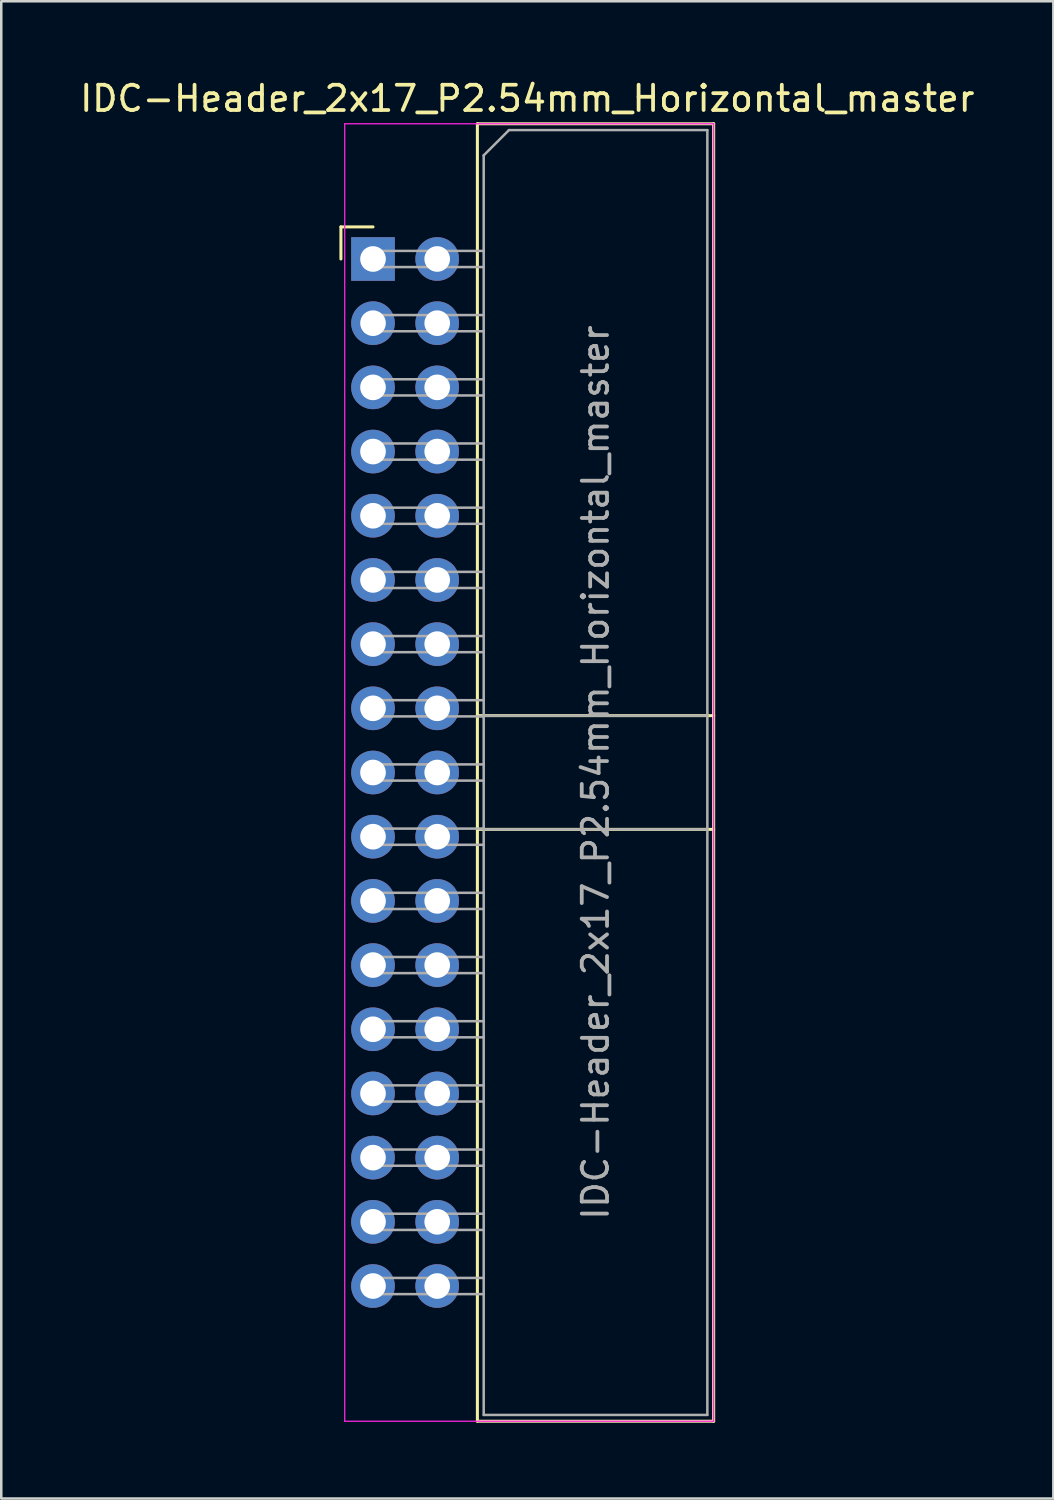
<source format=kicad_pcb>
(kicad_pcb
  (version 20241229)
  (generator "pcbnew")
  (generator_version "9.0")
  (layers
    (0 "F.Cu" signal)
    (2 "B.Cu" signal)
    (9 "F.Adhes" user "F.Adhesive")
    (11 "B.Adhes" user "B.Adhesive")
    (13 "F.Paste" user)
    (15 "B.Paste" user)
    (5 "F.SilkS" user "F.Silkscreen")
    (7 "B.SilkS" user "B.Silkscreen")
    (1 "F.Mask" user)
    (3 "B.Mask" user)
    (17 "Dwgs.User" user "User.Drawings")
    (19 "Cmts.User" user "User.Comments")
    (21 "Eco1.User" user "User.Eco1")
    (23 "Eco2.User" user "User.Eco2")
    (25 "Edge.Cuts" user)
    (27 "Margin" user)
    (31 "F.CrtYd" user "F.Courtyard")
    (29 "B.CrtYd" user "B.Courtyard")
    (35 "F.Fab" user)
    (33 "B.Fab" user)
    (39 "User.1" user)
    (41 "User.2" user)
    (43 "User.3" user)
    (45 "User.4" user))
  (footprint "IDC-Header_2x17_P2.54mm_Horizontal_master"
    (layer "F.Cu")
    (at 11.71 7.198)
    (property "Reference" "IDC-Header_2x17_P2.54mm_Horizontal_master" (at 6.105 -6.35 0) (layer "F.SilkS") (effects (font (size 1 1) (thickness 0.15))))
    (attr through_hole)
    (fp_line (start -1.27 -1.27) (end -1.27 0) (stroke (width 0.12) (type solid)) (layer "F.SilkS"))
    (fp_line (start 0 -1.27) (end -1.27 -1.27) (stroke (width 0.12) (type solid)) (layer "F.SilkS"))
    (fp_line (start 4.13 -5.35) (end 13.48 -5.35) (stroke (width 0.12) (type solid)) (layer "F.SilkS"))
    (fp_line (start 4.13 18.07) (end 13.48 18.07) (stroke (width 0.12) (type solid)) (layer "F.SilkS"))
    (fp_line (start 4.13 22.57) (end 13.48 22.57) (stroke (width 0.12) (type solid)) (layer "F.SilkS"))
    (fp_line (start 4.13 45.99) (end 4.13 -5.35) (stroke (width 0.12) (type solid)) (layer "F.SilkS"))
    (fp_line (start 4.13 45.99) (end 13.48 45.99) (stroke (width 0.12) (type solid)) (layer "F.SilkS"))
    (fp_line (start 13.48 -5.35) (end 13.48 45.99) (stroke (width 0.12) (type solid)) (layer "F.SilkS"))
    (fp_line (start -1.12 -5.35) (end 13.48 -5.35) (stroke (width 0.05) (type solid)) (layer "F.CrtYd"))
    (fp_line (start -1.12 45.99) (end -1.12 -5.35) (stroke (width 0.05) (type solid)) (layer "F.CrtYd"))
    (fp_line (start 13.48 -5.35) (end 13.48 45.99) (stroke (width 0.05) (type solid)) (layer "F.CrtYd"))
    (fp_line (start 13.48 45.99) (end -1.12 45.99) (stroke (width 0.05) (type solid)) (layer "F.CrtYd"))
    (fp_line (start -0.32 -0.32) (end -0.32 0.32) (stroke (width 0.1) (type solid)) (layer "F.Fab"))
    (fp_line (start -0.32 0.32) (end 4.38 0.32) (stroke (width 0.1) (type solid)) (layer "F.Fab"))
    (fp_line (start -0.32 2.22) (end -0.32 2.86) (stroke (width 0.1) (type solid)) (layer "F.Fab"))
    (fp_line (start -0.32 2.86) (end 4.38 2.86) (stroke (width 0.1) (type solid)) (layer "F.Fab"))
    (fp_line (start -0.32 4.76) (end -0.32 5.4) (stroke (width 0.1) (type solid)) (layer "F.Fab"))
    (fp_line (start -0.32 5.4) (end 4.38 5.4) (stroke (width 0.1) (type solid)) (layer "F.Fab"))
    (fp_line (start -0.32 7.3) (end -0.32 7.94) (stroke (width 0.1) (type solid)) (layer "F.Fab"))
    (fp_line (start -0.32 7.94) (end 4.38 7.94) (stroke (width 0.1) (type solid)) (layer "F.Fab"))
    (fp_line (start -0.32 9.84) (end -0.32 10.48) (stroke (width 0.1) (type solid)) (layer "F.Fab"))
    (fp_line (start -0.32 10.48) (end 4.38 10.48) (stroke (width 0.1) (type solid)) (layer "F.Fab"))
    (fp_line (start -0.32 12.38) (end -0.32 13.02) (stroke (width 0.1) (type solid)) (layer "F.Fab"))
    (fp_line (start -0.32 13.02) (end 4.38 13.02) (stroke (width 0.1) (type solid)) (layer "F.Fab"))
    (fp_line (start -0.32 14.92) (end -0.32 15.56) (stroke (width 0.1) (type solid)) (layer "F.Fab"))
    (fp_line (start -0.32 15.56) (end 4.38 15.56) (stroke (width 0.1) (type solid)) (layer "F.Fab"))
    (fp_line (start -0.32 17.46) (end -0.32 18.1) (stroke (width 0.1) (type solid)) (layer "F.Fab"))
    (fp_line (start -0.32 18.1) (end 4.38 18.1) (stroke (width 0.1) (type solid)) (layer "F.Fab"))
    (fp_line (start -0.32 20) (end -0.32 20.64) (stroke (width 0.1) (type solid)) (layer "F.Fab"))
    (fp_line (start -0.32 20.64) (end 4.38 20.64) (stroke (width 0.1) (type solid)) (layer "F.Fab"))
    (fp_line (start -0.32 22.54) (end -0.32 23.18) (stroke (width 0.1) (type solid)) (layer "F.Fab"))
    (fp_line (start -0.32 23.18) (end 4.38 23.18) (stroke (width 0.1) (type solid)) (layer "F.Fab"))
    (fp_line (start -0.32 25.08) (end -0.32 25.72) (stroke (width 0.1) (type solid)) (layer "F.Fab"))
    (fp_line (start -0.32 25.72) (end 4.38 25.72) (stroke (width 0.1) (type solid)) (layer "F.Fab"))
    (fp_line (start -0.32 27.62) (end -0.32 28.26) (stroke (width 0.1) (type solid)) (layer "F.Fab"))
    (fp_line (start -0.32 28.26) (end 4.38 28.26) (stroke (width 0.1) (type solid)) (layer "F.Fab"))
    (fp_line (start -0.32 30.16) (end -0.32 30.8) (stroke (width 0.1) (type solid)) (layer "F.Fab"))
    (fp_line (start -0.32 30.8) (end 4.38 30.8) (stroke (width 0.1) (type solid)) (layer "F.Fab"))
    (fp_line (start -0.32 32.7) (end -0.32 33.34) (stroke (width 0.1) (type solid)) (layer "F.Fab"))
    (fp_line (start -0.32 33.34) (end 4.38 33.34) (stroke (width 0.1) (type solid)) (layer "F.Fab"))
    (fp_line (start -0.32 35.24) (end -0.32 35.88) (stroke (width 0.1) (type solid)) (layer "F.Fab"))
    (fp_line (start -0.32 35.88) (end 4.38 35.88) (stroke (width 0.1) (type solid)) (layer "F.Fab"))
    (fp_line (start -0.32 37.78) (end -0.32 38.42) (stroke (width 0.1) (type solid)) (layer "F.Fab"))
    (fp_line (start -0.32 38.42) (end 4.38 38.42) (stroke (width 0.1) (type solid)) (layer "F.Fab"))
    (fp_line (start -0.32 40.32) (end -0.32 40.96) (stroke (width 0.1) (type solid)) (layer "F.Fab"))
    (fp_line (start -0.32 40.96) (end 4.38 40.96) (stroke (width 0.1) (type solid)) (layer "F.Fab"))
    (fp_line (start 4.38 -4.1) (end 5.38 -5.1) (stroke (width 0.1) (type solid)) (layer "F.Fab"))
    (fp_line (start 4.38 -0.32) (end -0.32 -0.32) (stroke (width 0.1) (type solid)) (layer "F.Fab"))
    (fp_line (start 4.38 2.22) (end -0.32 2.22) (stroke (width 0.1) (type solid)) (layer "F.Fab"))
    (fp_line (start 4.38 4.76) (end -0.32 4.76) (stroke (width 0.1) (type solid)) (layer "F.Fab"))
    (fp_line (start 4.38 7.3) (end -0.32 7.3) (stroke (width 0.1) (type solid)) (layer "F.Fab"))
    (fp_line (start 4.38 9.84) (end -0.32 9.84) (stroke (width 0.1) (type solid)) (layer "F.Fab"))
    (fp_line (start 4.38 12.38) (end -0.32 12.38) (stroke (width 0.1) (type solid)) (layer "F.Fab"))
    (fp_line (start 4.38 14.92) (end -0.32 14.92) (stroke (width 0.1) (type solid)) (layer "F.Fab"))
    (fp_line (start 4.38 17.46) (end -0.32 17.46) (stroke (width 0.1) (type solid)) (layer "F.Fab"))
    (fp_line (start 4.38 18.07) (end 13.23 18.07) (stroke (width 0.1) (type solid)) (layer "F.Fab"))
    (fp_line (start 4.38 20) (end -0.32 20) (stroke (width 0.1) (type solid)) (layer "F.Fab"))
    (fp_line (start 4.38 22.54) (end -0.32 22.54) (stroke (width 0.1) (type solid)) (layer "F.Fab"))
    (fp_line (start 4.38 22.57) (end 13.23 22.57) (stroke (width 0.1) (type solid)) (layer "F.Fab"))
    (fp_line (start 4.38 25.08) (end -0.32 25.08) (stroke (width 0.1) (type solid)) (layer "F.Fab"))
    (fp_line (start 4.38 27.62) (end -0.32 27.62) (stroke (width 0.1) (type solid)) (layer "F.Fab"))
    (fp_line (start 4.38 30.16) (end -0.32 30.16) (stroke (width 0.1) (type solid)) (layer "F.Fab"))
    (fp_line (start 4.38 32.7) (end -0.32 32.7) (stroke (width 0.1) (type solid)) (layer "F.Fab"))
    (fp_line (start 4.38 35.24) (end -0.32 35.24) (stroke (width 0.1) (type solid)) (layer "F.Fab"))
    (fp_line (start 4.38 37.78) (end -0.32 37.78) (stroke (width 0.1) (type solid)) (layer "F.Fab"))
    (fp_line (start 4.38 40.32) (end -0.32 40.32) (stroke (width 0.1) (type solid)) (layer "F.Fab"))
    (fp_line (start 4.38 45.74) (end 4.38 -4.1) (stroke (width 0.1) (type solid)) (layer "F.Fab"))
    (fp_line (start 4.38 45.74) (end 13.23 45.74) (stroke (width 0.1) (type solid)) (layer "F.Fab"))
    (fp_line (start 5.38 -5.1) (end 13.23 -5.1) (stroke (width 0.1) (type solid)) (layer "F.Fab"))
    (fp_line (start 13.23 45.74) (end 13.23 -5.1) (stroke (width 0.1) (type solid)) (layer "F.Fab"))
    (fp_text user "${REFERENCE}" (at 8.805 20.32 90) (layer "F.Fab") (effects (font (size 1 1) (thickness 0.15))))
    (pad "1" thru_hole rect (at 0 0) (size 1.727 1.727) (drill 1.016) (layers "*.Cu" "*.Mask"))
    (pad "2" thru_hole oval (at 2.54 0) (size 1.727 1.727) (drill 1.016) (layers "*.Cu" "*.Mask"))
    (pad "3" thru_hole oval (at 0 2.54) (size 1.727 1.727) (drill 1.016) (layers "*.Cu" "*.Mask"))
    (pad "4" thru_hole oval (at 2.54 2.54) (size 1.727 1.727) (drill 1.016) (layers "*.Cu" "*.Mask"))
    (pad "5" thru_hole oval (at 0 5.08) (size 1.727 1.727) (drill 1.016) (layers "*.Cu" "*.Mask"))
    (pad "6" thru_hole oval (at 2.54 5.08) (size 1.727 1.727) (drill 1.016) (layers "*.Cu" "*.Mask"))
    (pad "7" thru_hole oval (at 0 7.62) (size 1.727 1.727) (drill 1.016) (layers "*.Cu" "*.Mask"))
    (pad "8" thru_hole oval (at 2.54 7.62) (size 1.727 1.727) (drill 1.016) (layers "*.Cu" "*.Mask"))
    (pad "9" thru_hole oval (at 0 10.16) (size 1.727 1.727) (drill 1.016) (layers "*.Cu" "*.Mask"))
    (pad "10" thru_hole oval (at 2.54 10.16) (size 1.727 1.727) (drill 1.016) (layers "*.Cu" "*.Mask"))
    (pad "11" thru_hole oval (at 0 12.7) (size 1.727 1.727) (drill 1.016) (layers "*.Cu" "*.Mask"))
    (pad "12" thru_hole oval (at 2.54 12.7) (size 1.727 1.727) (drill 1.016) (layers "*.Cu" "*.Mask"))
    (pad "13" thru_hole oval (at 0 15.24) (size 1.727 1.727) (drill 1.016) (layers "*.Cu" "*.Mask"))
    (pad "14" thru_hole oval (at 2.54 15.24) (size 1.727 1.727) (drill 1.016) (layers "*.Cu" "*.Mask"))
    (pad "15" thru_hole oval (at 0 17.78) (size 1.727 1.727) (drill 1.016) (layers "*.Cu" "*.Mask"))
    (pad "16" thru_hole oval (at 2.54 17.78) (size 1.727 1.727) (drill 1.016) (layers "*.Cu" "*.Mask"))
    (pad "17" thru_hole oval (at 0 20.32) (size 1.727 1.727) (drill 1.016) (layers "*.Cu" "*.Mask"))
    (pad "18" thru_hole oval (at 2.54 20.32) (size 1.727 1.727) (drill 1.016) (layers "*.Cu" "*.Mask"))
    (pad "19" thru_hole oval (at 0 22.86) (size 1.727 1.727) (drill 1.016) (layers "*.Cu" "*.Mask"))
    (pad "20" thru_hole oval (at 2.54 22.86) (size 1.727 1.727) (drill 1.016) (layers "*.Cu" "*.Mask"))
    (pad "21" thru_hole oval (at 0 25.4) (size 1.727 1.727) (drill 1.016) (layers "*.Cu" "*.Mask"))
    (pad "22" thru_hole oval (at 2.54 25.4) (size 1.727 1.727) (drill 1.016) (layers "*.Cu" "*.Mask"))
    (pad "23" thru_hole oval (at 0 27.94) (size 1.727 1.727) (drill 1.016) (layers "*.Cu" "*.Mask"))
    (pad "24" thru_hole oval (at 2.54 27.94) (size 1.727 1.727) (drill 1.016) (layers "*.Cu" "*.Mask"))
    (pad "25" thru_hole oval (at 0 30.48) (size 1.727 1.727) (drill 1.016) (layers "*.Cu" "*.Mask"))
    (pad "26" thru_hole oval (at 2.54 30.48) (size 1.727 1.727) (drill 1.016) (layers "*.Cu" "*.Mask"))
    (pad "27" thru_hole oval (at 0 33.02) (size 1.727 1.727) (drill 1.016) (layers "*.Cu" "*.Mask"))
    (pad "28" thru_hole oval (at 2.54 33.02) (size 1.727 1.727) (drill 1.016) (layers "*.Cu" "*.Mask"))
    (pad "29" thru_hole oval (at 0 35.56) (size 1.727 1.727) (drill 1.016) (layers "*.Cu" "*.Mask"))
    (pad "30" thru_hole oval (at 2.54 35.56) (size 1.727 1.727) (drill 1.016) (layers "*.Cu" "*.Mask"))
    (pad "31" thru_hole oval (at 0 38.1) (size 1.727 1.727) (drill 1.016) (layers "*.Cu" "*.Mask"))
    (pad "32" thru_hole oval (at 2.54 38.1) (size 1.727 1.727) (drill 1.016) (layers "*.Cu" "*.Mask"))
    (pad "33" thru_hole oval (at 0 40.64) (size 1.727 1.727) (drill 1.016) (layers "*.Cu" "*.Mask"))
    (pad "34" thru_hole oval (at 2.54 40.64) (size 1.727 1.727) (drill 1.016) (layers "*.Cu" "*.Mask")))
  (gr_rect
    (start -3 -3)
    (end 38.631 56.248)
    (stroke (width 0.1) (type default))
    (fill no)
    (layer "Edge.Cuts")))
</source>
